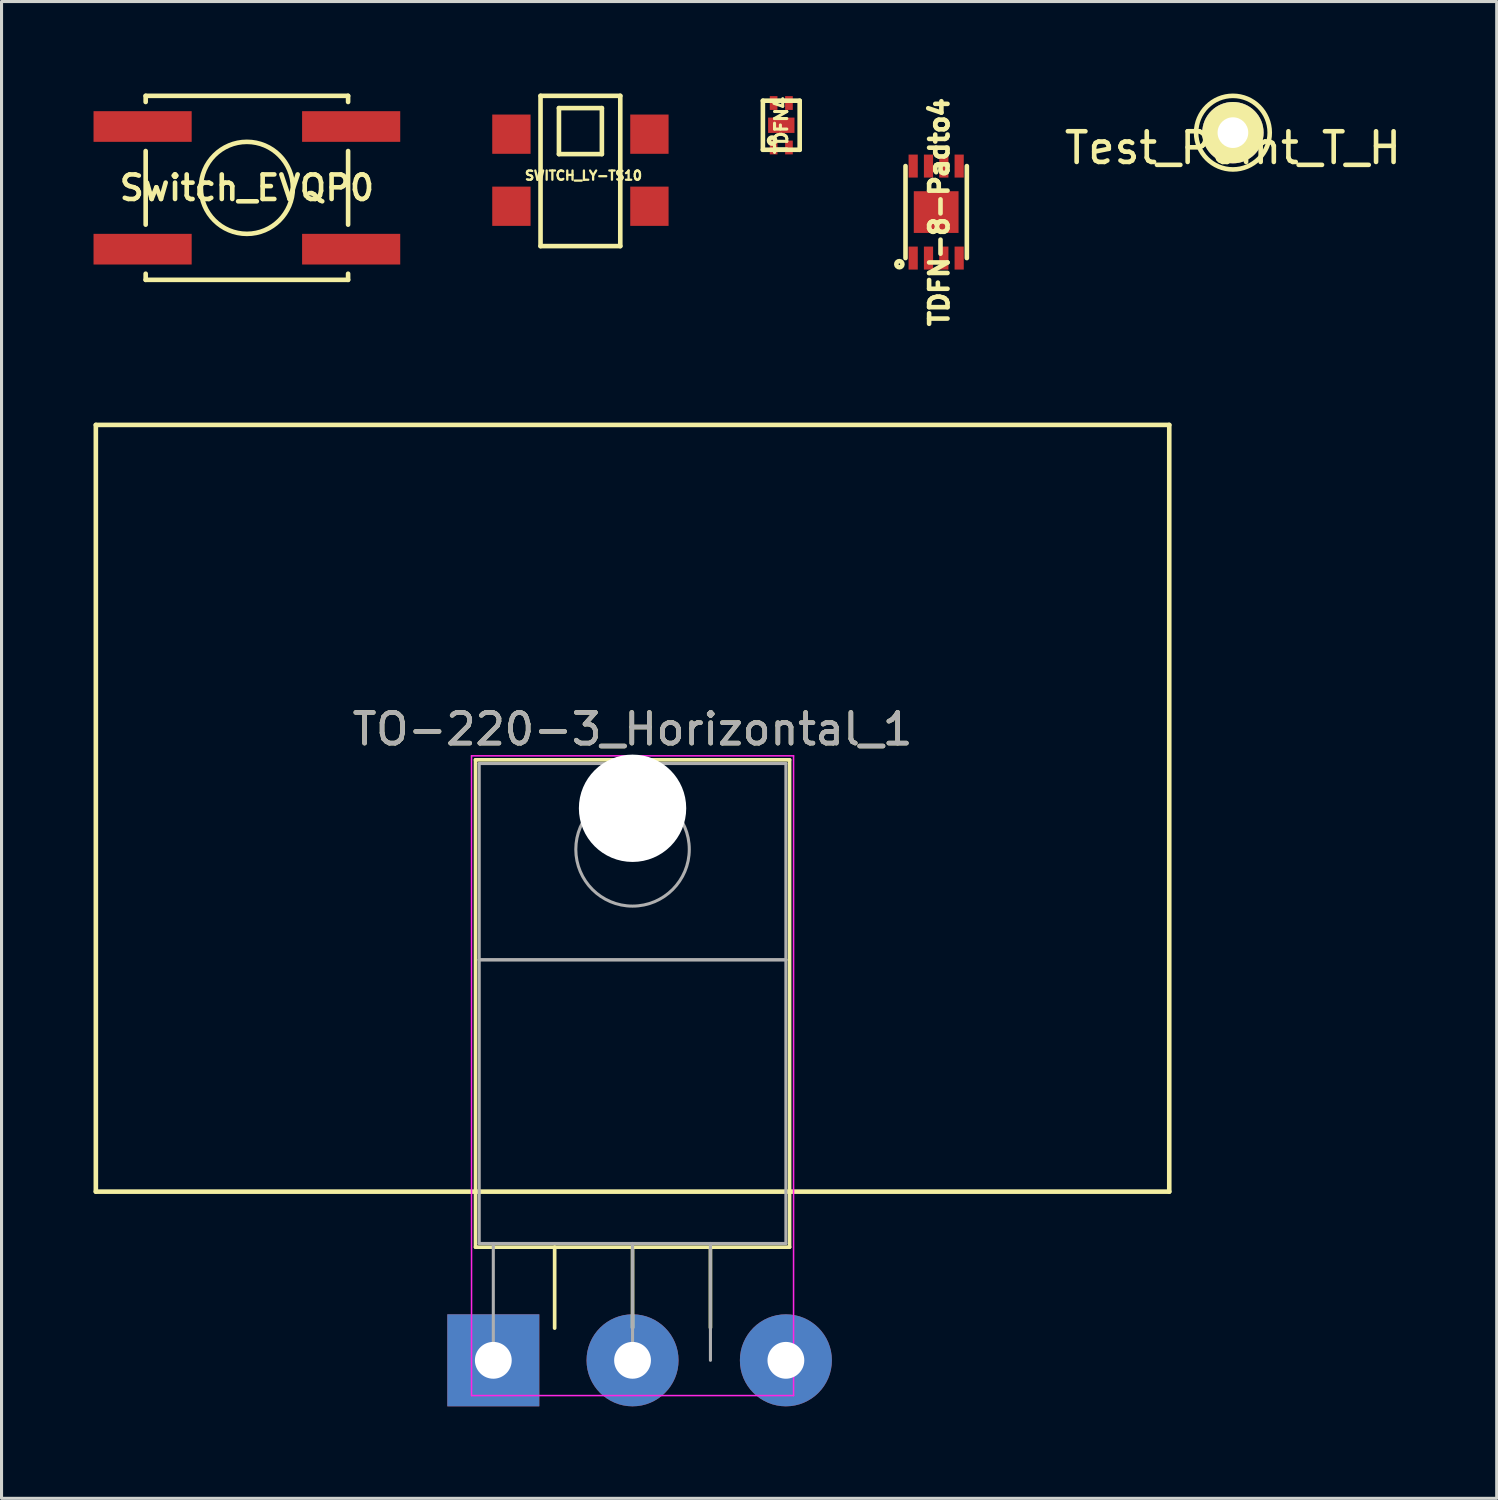
<source format=kicad_pcb>
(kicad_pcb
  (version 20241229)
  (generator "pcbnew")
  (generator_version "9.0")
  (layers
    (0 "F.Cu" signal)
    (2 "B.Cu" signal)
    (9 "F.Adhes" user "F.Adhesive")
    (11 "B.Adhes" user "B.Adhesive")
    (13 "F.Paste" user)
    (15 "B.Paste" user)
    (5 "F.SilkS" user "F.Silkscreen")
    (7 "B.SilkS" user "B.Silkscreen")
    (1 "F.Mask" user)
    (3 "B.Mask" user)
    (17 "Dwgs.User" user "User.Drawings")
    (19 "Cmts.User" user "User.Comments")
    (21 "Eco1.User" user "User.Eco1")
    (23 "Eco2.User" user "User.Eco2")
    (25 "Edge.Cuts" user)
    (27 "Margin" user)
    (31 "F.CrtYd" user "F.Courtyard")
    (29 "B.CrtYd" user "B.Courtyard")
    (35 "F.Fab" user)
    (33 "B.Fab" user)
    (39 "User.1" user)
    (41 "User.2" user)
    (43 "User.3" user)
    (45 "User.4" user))
  (footprint "SWITCH_LY-TS10"
    (layer "F.Cu")
    (at 15.875 3.675)
    (property "Reference" "SWITCH_LY-TS10" (at 0.1 -1 0) (layer "F.SilkS") (effects (font (size 0.3 0.3) (thickness 0.075))))
    (attr through_hole)
    (fp_line (start -1.3 -3.6) (end 1.3 -3.6) (stroke (width 0.15) (type solid)) (layer "F.SilkS"))
    (fp_line (start -1.3 1.3) (end -1.3 -3.6) (stroke (width 0.15) (type solid)) (layer "F.SilkS"))
    (fp_line (start -0.7 -3.2) (end 0.7 -3.2) (stroke (width 0.15) (type solid)) (layer "F.SilkS"))
    (fp_line (start -0.7 -1.7) (end -0.7 -3.2) (stroke (width 0.15) (type solid)) (layer "F.SilkS"))
    (fp_line (start 0.7 -3.2) (end 0.7 -1.7) (stroke (width 0.15) (type solid)) (layer "F.SilkS"))
    (fp_line (start 0.7 -1.7) (end -0.7 -1.7) (stroke (width 0.15) (type solid)) (layer "F.SilkS"))
    (fp_line (start 1.3 -3.6) (end 1.3 1.3) (stroke (width 0.15) (type solid)) (layer "F.SilkS"))
    (fp_line (start 1.3 1.3) (end -1.3 1.3) (stroke (width 0.15) (type solid)) (layer "F.SilkS"))
    (pad "1" smd rect (at -2.25 -2.35) (size 1.25 1.28) (layers "F.Cu" "F.Mask" "F.Paste"))
    (pad "2" smd rect (at -2.25 0) (size 1.25 1.28) (layers "F.Cu" "F.Mask" "F.Paste"))
    (pad "3" smd rect (at 2.25 0) (size 1.25 1.28) (layers "F.Cu" "F.Mask" "F.Paste"))
    (pad "4" smd rect (at 2.25 -2.35) (size 1.25 1.28) (layers "F.Cu" "F.Mask" "F.Paste")))
  (footprint "Test_Point_T_H"
    (placed yes)
    (layer "F.Cu")
    (at 37.151 1.275)
    (property "Reference" "Test_Point_T_H" (at 0 0.5 0) (layer "F.SilkS") (effects (font (size 1 1) (thickness 0.15))))
    (attr through_hole)
    (fp_circle (center 0 0) (end 0 1.2) (stroke (width 0.15) (type solid)) (fill no) (layer "F.SilkS"))
    (pad "1" thru_hole circle (at 0 0) (size 2 2) (drill 1) (layers "*.Cu" "*.Mask" "F.SilkS")))
  (footprint "TDFN4"
    (layer "F.Cu")
    (at 22.425 1.034)
    (property "Reference" "TDFN4" (at 0 0 90) (layer "F.SilkS") (effects (font (size 0.4 0.4) (thickness 0.1))))
    (attr through_hole)
    (fp_line (start -0.6 -0.8) (end -0.6 0.8) (stroke (width 0.15) (type solid)) (layer "F.SilkS"))
    (fp_line (start -0.6 0.8) (end 0.6 0.8) (stroke (width 0.15) (type solid)) (layer "F.SilkS"))
    (fp_line (start 0.6 -0.8) (end -0.6 -0.8) (stroke (width 0.15) (type solid)) (layer "F.SilkS"))
    (fp_line (start 0.6 0.8) (end 0.6 -0.8) (stroke (width 0.15) (type solid)) (layer "F.SilkS"))
    (fp_circle (center -0.3 0.5) (end -0.2 0.5) (stroke (width 0.15) (type solid)) (fill no) (layer "F.SilkS"))
    (pad "1" smd rect (at -0.25 0.725) (size 0.25 0.45) (layers "F.Cu" "F.Mask" "F.Paste"))
    (pad "2" smd rect (at 0.25 0.725) (size 0.25 0.45) (layers "F.Cu" "F.Mask" "F.Paste"))
    (pad "3" smd rect (at 0.25 -0.725) (size 0.25 0.45) (layers "F.Cu" "F.Mask" "F.Paste"))
    (pad "4" smd rect (at -0.25 -0.725) (size 0.25 0.45) (layers "F.Cu" "F.Mask" "F.Paste"))
    (pad "5" smd rect (at 0 0) (size 0.86 0.5) (layers "F.Cu" "F.Mask" "F.Paste")))
  (footprint "TDFN-8-Padto4"
    (layer "F.Cu")
    (at 27.475 3.865)
    (property "Reference" "TDFN-8-Padto4" (at 0.1 0 90) (layer "F.SilkS") (effects (font (size 0.6 0.6) (thickness 0.15))))
    (attr through_hole)
    (fp_line (start -1 1.5) (end -1 -1.5) (stroke (width 0.15) (type solid)) (layer "F.SilkS"))
    (fp_line (start 1 1.5) (end 1 -1.5) (stroke (width 0.15) (type solid)) (layer "F.SilkS"))
    (fp_circle (center -1.2 1.7) (end -1.2 1.8) (stroke (width 0.15) (type solid)) (fill no) (layer "F.SilkS"))
    (pad "1" smd rect (at -0.75 1.5) (size 0.3 0.75) (layers "F.Cu" "F.Mask" "F.Paste"))
    (pad "2" smd rect (at -0.25 1.5) (size 0.3 0.75) (layers "F.Cu" "F.Mask" "F.Paste"))
    (pad "3" smd rect (at 0.25 1.5) (size 0.3 0.75) (layers "F.Cu" "F.Mask" "F.Paste"))
    (pad "4" smd rect (at 0 0) (size 1.46 1.36) (layers "F.Cu" "F.Mask" "F.Paste"))
    (pad "4" smd rect (at 0.75 1.5) (size 0.3 0.75) (layers "F.Cu" "F.Mask" "F.Paste"))
    (pad "5" smd rect (at 0.75 -1.5) (size 0.3 0.75) (layers "F.Cu" "F.Mask" "F.Paste"))
    (pad "6" smd rect (at 0.25 -1.5) (size 0.3 0.75) (layers "F.Cu" "F.Mask" "F.Paste"))
    (pad "7" smd rect (at -0.25 -1.5) (size 0.3 0.75) (layers "F.Cu" "F.Mask" "F.Paste"))
    (pad "8" smd rect (at -0.75 -1.5) (size 0.3 0.75) (layers "F.Cu" "F.Mask" "F.Paste")))
  (footprint "Switch_EVQP0"
    (layer "F.Cu")
    (at 5 3.075)
    (property "Reference" "Switch_EVQP0" (at 0 0 0) (layer "F.SilkS") (effects (font (size 0.8 0.8) (thickness 0.15))))
    (attr through_hole)
    (fp_line (start -3.3 -3) (end -3.3 -2.8) (stroke (width 0.15) (type solid)) (layer "F.SilkS"))
    (fp_line (start -3.3 -1.2) (end -3.3 1.2) (stroke (width 0.15) (type solid)) (layer "F.SilkS"))
    (fp_line (start -3.3 2.8) (end -3.3 3) (stroke (width 0.15) (type solid)) (layer "F.SilkS"))
    (fp_line (start -3.3 3) (end 3.3 3) (stroke (width 0.15) (type solid)) (layer "F.SilkS"))
    (fp_line (start 3.3 -3) (end -3.3 -3) (stroke (width 0.15) (type solid)) (layer "F.SilkS"))
    (fp_line (start 3.3 -3) (end 3.3 -2.8) (stroke (width 0.15) (type solid)) (layer "F.SilkS"))
    (fp_line (start 3.3 -1.2) (end 3.3 1.2) (stroke (width 0.15) (type solid)) (layer "F.SilkS"))
    (fp_line (start 3.3 2.8) (end 3.3 3) (stroke (width 0.15) (type solid)) (layer "F.SilkS"))
    (fp_circle (center 0 0) (end 0 1.5) (stroke (width 0.15) (type solid)) (fill no) (layer "F.SilkS"))
    (pad "1" smd rect (at -3.4 2) (size 3.2 1) (layers "F.Cu" "F.Mask" "F.Paste"))
    (pad "2" smd rect (at 3.4 2) (size 3.2 1) (layers "F.Cu" "F.Mask" "F.Paste"))
    (pad "3" smd rect (at 3.4 -2) (size 3.2 1) (layers "F.Cu" "F.Mask" "F.Paste"))
    (pad "4" smd rect (at -3.4 -2) (size 3.2 1) (layers "F.Cu" "F.Mask" "F.Paste")))
  (footprint "TO-220-3_Horizontal_1"
    (layer "F.Cu")
    (at 17.575 41.305)
    (property "Reference" "TO-220-3_Horizontal_1" (at 0 -20.58 0) (layer "F.SilkS") (effects (font (size 1 1) (thickness 0.15))))
    (attr through_hole)
    (fp_line (start -17.5 -30.5) (end -17.5 -5.5) (stroke (width 0.15) (type solid)) (layer "F.SilkS"))
    (fp_line (start -17.5 -5.5) (end 17.5 -5.5) (stroke (width 0.15) (type solid)) (layer "F.SilkS"))
    (fp_line (start -5.12 -19.58) (end -5.12 -3.69) (stroke (width 0.12) (type solid)) (layer "F.SilkS"))
    (fp_line (start -5.12 -19.58) (end 5.12 -19.58) (stroke (width 0.12) (type solid)) (layer "F.SilkS"))
    (fp_line (start -5.12 -3.69) (end 5.12 -3.69) (stroke (width 0.12) (type solid)) (layer "F.SilkS"))
    (fp_line (start -2.54 -3.69) (end -2.54 -1.05) (stroke (width 0.12) (type solid)) (layer "F.SilkS"))
    (fp_line (start 0 -3.69) (end 0 -1.066) (stroke (width 0.12) (type solid)) (layer "F.SilkS"))
    (fp_line (start 2.54 -3.69) (end 2.54 -1.066) (stroke (width 0.12) (type solid)) (layer "F.SilkS"))
    (fp_line (start 5.12 -19.58) (end 5.12 -3.69) (stroke (width 0.12) (type solid)) (layer "F.SilkS"))
    (fp_line (start 17.5 -30.5) (end -17.5 -30.5) (stroke (width 0.15) (type solid)) (layer "F.SilkS"))
    (fp_line (start 17.5 -5.5) (end 17.5 -30.5) (stroke (width 0.15) (type solid)) (layer "F.SilkS"))
    (fp_line (start -5.25 -19.71) (end -5.25 1.15) (stroke (width 0.05) (type solid)) (layer "F.CrtYd"))
    (fp_line (start -5.25 1.15) (end 5.25 1.15) (stroke (width 0.05) (type solid)) (layer "F.CrtYd"))
    (fp_line (start 5.25 -19.71) (end -5.25 -19.71) (stroke (width 0.05) (type solid)) (layer "F.CrtYd"))
    (fp_line (start 5.25 1.15) (end 5.25 -19.71) (stroke (width 0.05) (type solid)) (layer "F.CrtYd"))
    (fp_line (start -5 -19.46) (end 5 -19.46) (stroke (width 0.1) (type solid)) (layer "F.Fab"))
    (fp_line (start -5 -13.06) (end -5 -19.46) (stroke (width 0.1) (type solid)) (layer "F.Fab"))
    (fp_line (start -5 -13.06) (end 5 -13.06) (stroke (width 0.1) (type solid)) (layer "F.Fab"))
    (fp_line (start -5 -3.81) (end -5 -13.06) (stroke (width 0.1) (type solid)) (layer "F.Fab"))
    (fp_line (start -4.54 -3.81) (end -4.54 0) (stroke (width 0.1) (type solid)) (layer "F.Fab"))
    (fp_line (start 0 -3.81) (end 0 0) (stroke (width 0.1) (type solid)) (layer "F.Fab"))
    (fp_line (start 2.54 -3.81) (end 2.54 0) (stroke (width 0.1) (type solid)) (layer "F.Fab"))
    (fp_line (start 5 -19.46) (end 5 -13.06) (stroke (width 0.1) (type solid)) (layer "F.Fab"))
    (fp_line (start 5 -13.06) (end -5 -13.06) (stroke (width 0.1) (type solid)) (layer "F.Fab"))
    (fp_line (start 5 -13.06) (end 5 -3.81) (stroke (width 0.1) (type solid)) (layer "F.Fab"))
    (fp_line (start 5 -3.81) (end -5 -3.81) (stroke (width 0.1) (type solid)) (layer "F.Fab"))
    (fp_circle (center 0 -16.66) (end 1.85 -16.66) (stroke (width 0.1) (type solid)) (fill no) (layer "F.Fab"))
    (fp_text user "${REFERENCE}" (at 0 -20.58 0) (layer "F.Fab") (effects (font (size 1 1) (thickness 0.15))))
    (pad "" np_thru_hole oval (at 0 -18) (size 3.5 3.5) (drill 3.5) (layers "*.Cu" "*.Mask"))
    (pad "1" thru_hole rect (at -4.54 0) (size 3 3) (drill 1.2) (layers "*.Cu" "*.Mask"))
    (pad "2" thru_hole oval (at 0 0) (size 3 3) (drill 1.2) (layers "*.Cu" "*.Mask"))
    (pad "3" thru_hole oval (at 5 0) (size 3 3) (drill 1.2) (layers "*.Cu" "*.Mask")))
  (gr_rect
    (start -3 -3)
    (end 45.752 45.805)
    (stroke (width 0.1) (type default))
    (fill no)
    (layer "Edge.Cuts")))
</source>
